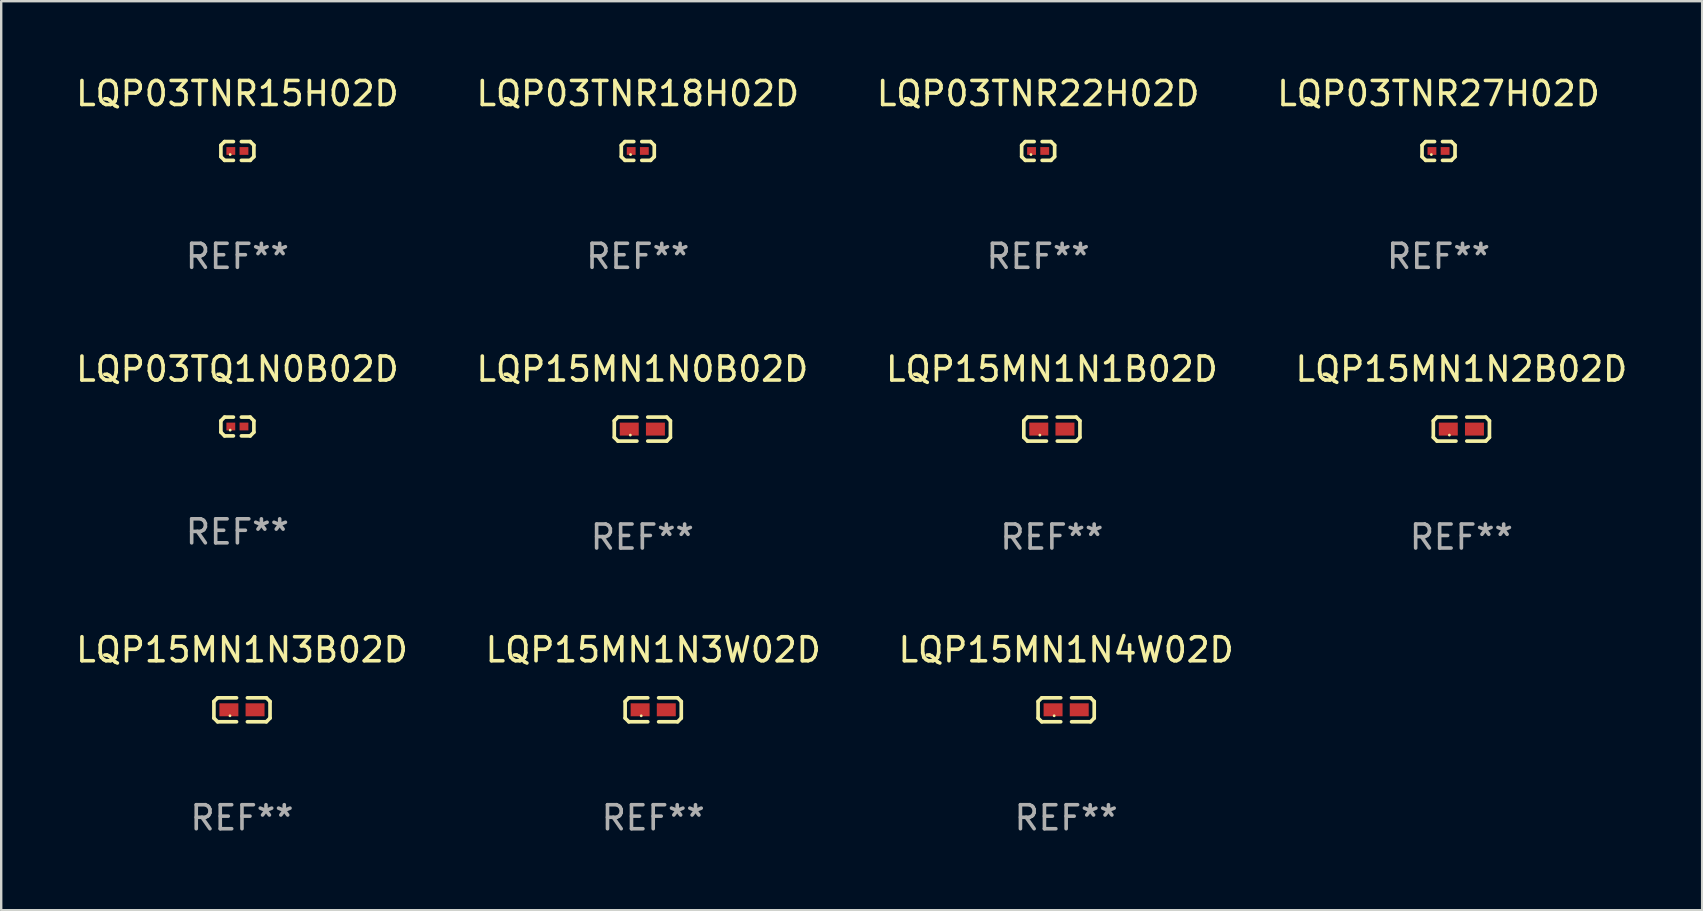
<source format=kicad_pcb>
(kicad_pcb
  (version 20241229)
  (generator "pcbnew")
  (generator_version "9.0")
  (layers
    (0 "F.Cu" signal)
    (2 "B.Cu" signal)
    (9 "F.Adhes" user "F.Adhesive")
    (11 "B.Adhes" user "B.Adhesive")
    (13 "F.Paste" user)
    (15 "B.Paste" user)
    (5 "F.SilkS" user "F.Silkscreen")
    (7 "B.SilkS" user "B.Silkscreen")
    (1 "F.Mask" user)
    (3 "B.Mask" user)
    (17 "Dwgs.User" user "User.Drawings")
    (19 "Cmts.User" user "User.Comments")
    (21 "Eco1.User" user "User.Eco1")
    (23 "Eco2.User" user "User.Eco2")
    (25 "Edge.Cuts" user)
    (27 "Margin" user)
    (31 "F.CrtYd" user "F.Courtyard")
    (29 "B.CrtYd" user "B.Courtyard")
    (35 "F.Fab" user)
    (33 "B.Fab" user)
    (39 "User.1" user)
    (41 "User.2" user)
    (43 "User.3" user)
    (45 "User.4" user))
  (footprint "LQP03TNR22H02D"
    (layer "F.Cu")
    (at 40.196 3.239)
    (property "Reference" "LQP03TNR22H02D" (at 0 -2.391 0) (layer "F.SilkS") (effects (font (size 1 1) (thickness 0.15))))
    (attr through_hole)
    (fp_line (start -0.687 -0.238) (end -0.535 -0.391) (stroke (width 0.152) (type solid)) (layer "F.SilkS"))
    (fp_line (start -0.687 0.238) (end -0.687 -0.238) (stroke (width 0.152) (type solid)) (layer "F.SilkS"))
    (fp_line (start -0.535 -0.391) (end -0.166 -0.391) (stroke (width 0.152) (type solid)) (layer "F.SilkS"))
    (fp_line (start -0.535 0.391) (end -0.687 0.238) (stroke (width 0.152) (type solid)) (layer "F.SilkS"))
    (fp_line (start -0.166 0.391) (end -0.535 0.391) (stroke (width 0.152) (type solid)) (layer "F.SilkS"))
    (fp_line (start 0.166 0.391) (end 0.535 0.391) (stroke (width 0.152) (type solid)) (layer "F.SilkS"))
    (fp_line (start 0.535 -0.391) (end 0.166 -0.391) (stroke (width 0.152) (type solid)) (layer "F.SilkS"))
    (fp_line (start 0.535 0.391) (end 0.687 0.238) (stroke (width 0.152) (type solid)) (layer "F.SilkS"))
    (fp_line (start 0.687 -0.238) (end 0.535 -0.391) (stroke (width 0.152) (type solid)) (layer "F.SilkS"))
    (fp_line (start 0.687 0.238) (end 0.687 -0.238) (stroke (width 0.152) (type solid)) (layer "F.SilkS"))
    (fp_circle (center -0.3 0.15) (end -0.27 0.15) (stroke (width 0.06) (type solid)) (fill no) (layer "F.SilkS"))
    (fp_text user "REF**" (at 0 4.391 0) (layer "F.Fab") (effects (font (size 1 1) (thickness 0.15))))
    (pad "1" smd rect (at -0.274 0) (size 0.368 0.324) (layers "F.Cu" "F.Mask" "F.Paste"))
    (pad "2" smd rect (at 0.274 0) (size 0.368 0.324) (layers "F.Cu" "F.Mask" "F.Paste")))
  (footprint "LQP03TNR18H02D"
    (layer "F.Cu")
    (at 23.518 3.239)
    (property "Reference" "LQP03TNR18H02D" (at 0 -2.391 0) (layer "F.SilkS") (effects (font (size 1 1) (thickness 0.15))))
    (attr through_hole)
    (fp_line (start -0.687 -0.238) (end -0.535 -0.391) (stroke (width 0.152) (type solid)) (layer "F.SilkS"))
    (fp_line (start -0.687 0.238) (end -0.687 -0.238) (stroke (width 0.152) (type solid)) (layer "F.SilkS"))
    (fp_line (start -0.535 -0.391) (end -0.166 -0.391) (stroke (width 0.152) (type solid)) (layer "F.SilkS"))
    (fp_line (start -0.535 0.391) (end -0.687 0.238) (stroke (width 0.152) (type solid)) (layer "F.SilkS"))
    (fp_line (start -0.166 0.391) (end -0.535 0.391) (stroke (width 0.152) (type solid)) (layer "F.SilkS"))
    (fp_line (start 0.166 0.391) (end 0.535 0.391) (stroke (width 0.152) (type solid)) (layer "F.SilkS"))
    (fp_line (start 0.535 -0.391) (end 0.166 -0.391) (stroke (width 0.152) (type solid)) (layer "F.SilkS"))
    (fp_line (start 0.535 0.391) (end 0.687 0.238) (stroke (width 0.152) (type solid)) (layer "F.SilkS"))
    (fp_line (start 0.687 -0.238) (end 0.535 -0.391) (stroke (width 0.152) (type solid)) (layer "F.SilkS"))
    (fp_line (start 0.687 0.238) (end 0.687 -0.238) (stroke (width 0.152) (type solid)) (layer "F.SilkS"))
    (fp_circle (center -0.3 0.15) (end -0.27 0.15) (stroke (width 0.06) (type solid)) (fill no) (layer "F.SilkS"))
    (fp_text user "REF**" (at 0 4.391 0) (layer "F.Fab") (effects (font (size 1 1) (thickness 0.15))))
    (pad "1" smd rect (at -0.274 0) (size 0.368 0.324) (layers "F.Cu" "F.Mask" "F.Paste"))
    (pad "2" smd rect (at 0.274 0) (size 0.368 0.324) (layers "F.Cu" "F.Mask" "F.Paste")))
  (footprint "LQP03TNR15H02D"
    (layer "F.Cu")
    (at 6.839 3.239)
    (property "Reference" "LQP03TNR15H02D" (at 0 -2.391 0) (layer "F.SilkS") (effects (font (size 1 1) (thickness 0.15))))
    (attr through_hole)
    (fp_line (start -0.687 -0.238) (end -0.535 -0.391) (stroke (width 0.152) (type solid)) (layer "F.SilkS"))
    (fp_line (start -0.687 0.238) (end -0.687 -0.238) (stroke (width 0.152) (type solid)) (layer "F.SilkS"))
    (fp_line (start -0.535 -0.391) (end -0.166 -0.391) (stroke (width 0.152) (type solid)) (layer "F.SilkS"))
    (fp_line (start -0.535 0.391) (end -0.687 0.238) (stroke (width 0.152) (type solid)) (layer "F.SilkS"))
    (fp_line (start -0.166 0.391) (end -0.535 0.391) (stroke (width 0.152) (type solid)) (layer "F.SilkS"))
    (fp_line (start 0.166 0.391) (end 0.535 0.391) (stroke (width 0.152) (type solid)) (layer "F.SilkS"))
    (fp_line (start 0.535 -0.391) (end 0.166 -0.391) (stroke (width 0.152) (type solid)) (layer "F.SilkS"))
    (fp_line (start 0.535 0.391) (end 0.687 0.238) (stroke (width 0.152) (type solid)) (layer "F.SilkS"))
    (fp_line (start 0.687 -0.238) (end 0.535 -0.391) (stroke (width 0.152) (type solid)) (layer "F.SilkS"))
    (fp_line (start 0.687 0.238) (end 0.687 -0.238) (stroke (width 0.152) (type solid)) (layer "F.SilkS"))
    (fp_circle (center -0.3 0.15) (end -0.27 0.15) (stroke (width 0.06) (type solid)) (fill no) (layer "F.SilkS"))
    (fp_text user "REF**" (at 0 4.391 0) (layer "F.Fab") (effects (font (size 1 1) (thickness 0.15))))
    (pad "1" smd rect (at -0.274 0) (size 0.368 0.324) (layers "F.Cu" "F.Mask" "F.Paste"))
    (pad "2" smd rect (at 0.274 0) (size 0.368 0.324) (layers "F.Cu" "F.Mask" "F.Paste")))
  (footprint "LQP15MN1N4W02D"
    (layer "F.Cu")
    (at 41.363 26.518)
    (property "Reference" "LQP15MN1N4W02D" (at 0 -2.499 0) (layer "F.SilkS") (effects (font (size 1 1) (thickness 0.15))))
    (attr through_hole)
    (fp_line (start -1.169 -0.346) (end -1.016 -0.499) (stroke (width 0.152) (type solid)) (layer "F.SilkS"))
    (fp_line (start -1.169 0.346) (end -1.169 -0.346) (stroke (width 0.152) (type solid)) (layer "F.SilkS"))
    (fp_line (start -1.016 -0.499) (end -0.226 -0.499) (stroke (width 0.152) (type solid)) (layer "F.SilkS"))
    (fp_line (start -1.016 0.499) (end -1.169 0.346) (stroke (width 0.152) (type solid)) (layer "F.SilkS"))
    (fp_line (start -0.226 0.499) (end -1.016 0.499) (stroke (width 0.152) (type solid)) (layer "F.SilkS"))
    (fp_line (start 0.226 0.499) (end 1.016 0.499) (stroke (width 0.152) (type solid)) (layer "F.SilkS"))
    (fp_line (start 1.016 -0.499) (end 0.226 -0.499) (stroke (width 0.152) (type solid)) (layer "F.SilkS"))
    (fp_line (start 1.016 0.499) (end 1.169 0.346) (stroke (width 0.152) (type solid)) (layer "F.SilkS"))
    (fp_line (start 1.169 -0.346) (end 1.016 -0.499) (stroke (width 0.152) (type solid)) (layer "F.SilkS"))
    (fp_line (start 1.169 0.346) (end 1.169 -0.346) (stroke (width 0.152) (type solid)) (layer "F.SilkS"))
    (fp_circle (center -0.5 0.25) (end -0.47 0.25) (stroke (width 0.06) (type solid)) (fill no) (layer "F.SilkS"))
    (fp_text user "REF**" (at 0 4.499 0) (layer "F.Fab") (effects (font (size 1 1) (thickness 0.15))))
    (pad "1" smd rect (at -0.545 0) (size 0.79 0.54) (layers "F.Cu" "F.Mask" "F.Paste"))
    (pad "2" smd rect (at 0.545 0) (size 0.79 0.54) (layers "F.Cu" "F.Mask" "F.Paste")))
  (footprint "LQP15MN1N2B02D"
    (layer "F.Cu")
    (at 57.827 14.825)
    (property "Reference" "LQP15MN1N2B02D" (at 0 -2.499 0) (layer "F.SilkS") (effects (font (size 1 1) (thickness 0.15))))
    (attr through_hole)
    (fp_line (start -1.169 -0.346) (end -1.016 -0.499) (stroke (width 0.152) (type solid)) (layer "F.SilkS"))
    (fp_line (start -1.169 0.346) (end -1.169 -0.346) (stroke (width 0.152) (type solid)) (layer "F.SilkS"))
    (fp_line (start -1.016 -0.499) (end -0.226 -0.499) (stroke (width 0.152) (type solid)) (layer "F.SilkS"))
    (fp_line (start -1.016 0.499) (end -1.169 0.346) (stroke (width 0.152) (type solid)) (layer "F.SilkS"))
    (fp_line (start -0.226 0.499) (end -1.016 0.499) (stroke (width 0.152) (type solid)) (layer "F.SilkS"))
    (fp_line (start 0.226 0.499) (end 1.016 0.499) (stroke (width 0.152) (type solid)) (layer "F.SilkS"))
    (fp_line (start 1.016 -0.499) (end 0.226 -0.499) (stroke (width 0.152) (type solid)) (layer "F.SilkS"))
    (fp_line (start 1.016 0.499) (end 1.169 0.346) (stroke (width 0.152) (type solid)) (layer "F.SilkS"))
    (fp_line (start 1.169 -0.346) (end 1.016 -0.499) (stroke (width 0.152) (type solid)) (layer "F.SilkS"))
    (fp_line (start 1.169 0.346) (end 1.169 -0.346) (stroke (width 0.152) (type solid)) (layer "F.SilkS"))
    (fp_circle (center -0.5 0.25) (end -0.47 0.25) (stroke (width 0.06) (type solid)) (fill no) (layer "F.SilkS"))
    (fp_text user "REF**" (at 0 4.499 0) (layer "F.Fab") (effects (font (size 1 1) (thickness 0.15))))
    (pad "1" smd rect (at -0.545 0) (size 0.79 0.54) (layers "F.Cu" "F.Mask" "F.Paste"))
    (pad "2" smd rect (at 0.545 0) (size 0.79 0.54) (layers "F.Cu" "F.Mask" "F.Paste")))
  (footprint "LQP15MN1N1B02D"
    (layer "F.Cu")
    (at 40.768 14.825)
    (property "Reference" "LQP15MN1N1B02D" (at 0 -2.499 0) (layer "F.SilkS") (effects (font (size 1 1) (thickness 0.15))))
    (attr through_hole)
    (fp_line (start -1.169 -0.346) (end -1.016 -0.499) (stroke (width 0.152) (type solid)) (layer "F.SilkS"))
    (fp_line (start -1.169 0.346) (end -1.169 -0.346) (stroke (width 0.152) (type solid)) (layer "F.SilkS"))
    (fp_line (start -1.016 -0.499) (end -0.226 -0.499) (stroke (width 0.152) (type solid)) (layer "F.SilkS"))
    (fp_line (start -1.016 0.499) (end -1.169 0.346) (stroke (width 0.152) (type solid)) (layer "F.SilkS"))
    (fp_line (start -0.226 0.499) (end -1.016 0.499) (stroke (width 0.152) (type solid)) (layer "F.SilkS"))
    (fp_line (start 0.226 0.499) (end 1.016 0.499) (stroke (width 0.152) (type solid)) (layer "F.SilkS"))
    (fp_line (start 1.016 -0.499) (end 0.226 -0.499) (stroke (width 0.152) (type solid)) (layer "F.SilkS"))
    (fp_line (start 1.016 0.499) (end 1.169 0.346) (stroke (width 0.152) (type solid)) (layer "F.SilkS"))
    (fp_line (start 1.169 -0.346) (end 1.016 -0.499) (stroke (width 0.152) (type solid)) (layer "F.SilkS"))
    (fp_line (start 1.169 0.346) (end 1.169 -0.346) (stroke (width 0.152) (type solid)) (layer "F.SilkS"))
    (fp_circle (center -0.5 0.25) (end -0.47 0.25) (stroke (width 0.06) (type solid)) (fill no) (layer "F.SilkS"))
    (fp_text user "REF**" (at 0 4.499 0) (layer "F.Fab") (effects (font (size 1 1) (thickness 0.15))))
    (pad "1" smd rect (at -0.545 0) (size 0.79 0.54) (layers "F.Cu" "F.Mask" "F.Paste"))
    (pad "2" smd rect (at 0.545 0) (size 0.79 0.54) (layers "F.Cu" "F.Mask" "F.Paste")))
  (footprint "LQP15MN1N0B02D"
    (layer "F.Cu")
    (at 23.708 14.825)
    (property "Reference" "LQP15MN1N0B02D" (at 0 -2.499 0) (layer "F.SilkS") (effects (font (size 1 1) (thickness 0.15))))
    (attr through_hole)
    (fp_line (start -1.169 -0.346) (end -1.016 -0.499) (stroke (width 0.152) (type solid)) (layer "F.SilkS"))
    (fp_line (start -1.169 0.346) (end -1.169 -0.346) (stroke (width 0.152) (type solid)) (layer "F.SilkS"))
    (fp_line (start -1.016 -0.499) (end -0.226 -0.499) (stroke (width 0.152) (type solid)) (layer "F.SilkS"))
    (fp_line (start -1.016 0.499) (end -1.169 0.346) (stroke (width 0.152) (type solid)) (layer "F.SilkS"))
    (fp_line (start -0.226 0.499) (end -1.016 0.499) (stroke (width 0.152) (type solid)) (layer "F.SilkS"))
    (fp_line (start 0.226 0.499) (end 1.016 0.499) (stroke (width 0.152) (type solid)) (layer "F.SilkS"))
    (fp_line (start 1.016 -0.499) (end 0.226 -0.499) (stroke (width 0.152) (type solid)) (layer "F.SilkS"))
    (fp_line (start 1.016 0.499) (end 1.169 0.346) (stroke (width 0.152) (type solid)) (layer "F.SilkS"))
    (fp_line (start 1.169 -0.346) (end 1.016 -0.499) (stroke (width 0.152) (type solid)) (layer "F.SilkS"))
    (fp_line (start 1.169 0.346) (end 1.169 -0.346) (stroke (width 0.152) (type solid)) (layer "F.SilkS"))
    (fp_circle (center -0.5 0.25) (end -0.47 0.25) (stroke (width 0.06) (type solid)) (fill no) (layer "F.SilkS"))
    (fp_text user "REF**" (at 0 4.499 0) (layer "F.Fab") (effects (font (size 1 1) (thickness 0.15))))
    (pad "1" smd rect (at -0.545 0) (size 0.79 0.54) (layers "F.Cu" "F.Mask" "F.Paste"))
    (pad "2" smd rect (at 0.545 0) (size 0.79 0.54) (layers "F.Cu" "F.Mask" "F.Paste")))
  (footprint "LQP03TQ1N0B02D"
    (layer "F.Cu")
    (at 6.839 14.717)
    (property "Reference" "LQP03TQ1N0B02D" (at 0 -2.391 0) (layer "F.SilkS") (effects (font (size 1 1) (thickness 0.15))))
    (attr through_hole)
    (fp_line (start -0.687 -0.238) (end -0.535 -0.391) (stroke (width 0.152) (type solid)) (layer "F.SilkS"))
    (fp_line (start -0.687 0.238) (end -0.687 -0.238) (stroke (width 0.152) (type solid)) (layer "F.SilkS"))
    (fp_line (start -0.535 -0.391) (end -0.166 -0.391) (stroke (width 0.152) (type solid)) (layer "F.SilkS"))
    (fp_line (start -0.535 0.391) (end -0.687 0.238) (stroke (width 0.152) (type solid)) (layer "F.SilkS"))
    (fp_line (start -0.166 0.391) (end -0.535 0.391) (stroke (width 0.152) (type solid)) (layer "F.SilkS"))
    (fp_line (start 0.166 0.391) (end 0.535 0.391) (stroke (width 0.152) (type solid)) (layer "F.SilkS"))
    (fp_line (start 0.535 -0.391) (end 0.166 -0.391) (stroke (width 0.152) (type solid)) (layer "F.SilkS"))
    (fp_line (start 0.535 0.391) (end 0.687 0.238) (stroke (width 0.152) (type solid)) (layer "F.SilkS"))
    (fp_line (start 0.687 -0.238) (end 0.535 -0.391) (stroke (width 0.152) (type solid)) (layer "F.SilkS"))
    (fp_line (start 0.687 0.238) (end 0.687 -0.238) (stroke (width 0.152) (type solid)) (layer "F.SilkS"))
    (fp_circle (center -0.3 0.15) (end -0.27 0.15) (stroke (width 0.06) (type solid)) (fill no) (layer "F.SilkS"))
    (fp_text user "REF**" (at 0 4.391 0) (layer "F.Fab") (effects (font (size 1 1) (thickness 0.15))))
    (pad "1" smd rect (at -0.274 0) (size 0.368 0.324) (layers "F.Cu" "F.Mask" "F.Paste"))
    (pad "2" smd rect (at 0.274 0) (size 0.368 0.324) (layers "F.Cu" "F.Mask" "F.Paste")))
  (footprint "LQP15MN1N3B02D"
    (layer "F.Cu")
    (at 7.03 26.518)
    (property "Reference" "LQP15MN1N3B02D" (at 0 -2.499 0) (layer "F.SilkS") (effects (font (size 1 1) (thickness 0.15))))
    (attr through_hole)
    (fp_line (start -1.169 -0.346) (end -1.016 -0.499) (stroke (width 0.152) (type solid)) (layer "F.SilkS"))
    (fp_line (start -1.169 0.346) (end -1.169 -0.346) (stroke (width 0.152) (type solid)) (layer "F.SilkS"))
    (fp_line (start -1.016 -0.499) (end -0.226 -0.499) (stroke (width 0.152) (type solid)) (layer "F.SilkS"))
    (fp_line (start -1.016 0.499) (end -1.169 0.346) (stroke (width 0.152) (type solid)) (layer "F.SilkS"))
    (fp_line (start -0.226 0.499) (end -1.016 0.499) (stroke (width 0.152) (type solid)) (layer "F.SilkS"))
    (fp_line (start 0.226 0.499) (end 1.016 0.499) (stroke (width 0.152) (type solid)) (layer "F.SilkS"))
    (fp_line (start 1.016 -0.499) (end 0.226 -0.499) (stroke (width 0.152) (type solid)) (layer "F.SilkS"))
    (fp_line (start 1.016 0.499) (end 1.169 0.346) (stroke (width 0.152) (type solid)) (layer "F.SilkS"))
    (fp_line (start 1.169 -0.346) (end 1.016 -0.499) (stroke (width 0.152) (type solid)) (layer "F.SilkS"))
    (fp_line (start 1.169 0.346) (end 1.169 -0.346) (stroke (width 0.152) (type solid)) (layer "F.SilkS"))
    (fp_circle (center -0.5 0.25) (end -0.47 0.25) (stroke (width 0.06) (type solid)) (fill no) (layer "F.SilkS"))
    (fp_text user "REF**" (at 0 4.499 0) (layer "F.Fab") (effects (font (size 1 1) (thickness 0.15))))
    (pad "1" smd rect (at -0.545 0) (size 0.79 0.54) (layers "F.Cu" "F.Mask" "F.Paste"))
    (pad "2" smd rect (at 0.545 0) (size 0.79 0.54) (layers "F.Cu" "F.Mask" "F.Paste")))
  (footprint "LQP15MN1N3W02D"
    (layer "F.Cu")
    (at 24.161 26.518)
    (property "Reference" "LQP15MN1N3W02D" (at 0 -2.499 0) (layer "F.SilkS") (effects (font (size 1 1) (thickness 0.15))))
    (attr through_hole)
    (fp_line (start -1.169 -0.346) (end -1.016 -0.499) (stroke (width 0.152) (type solid)) (layer "F.SilkS"))
    (fp_line (start -1.169 0.346) (end -1.169 -0.346) (stroke (width 0.152) (type solid)) (layer "F.SilkS"))
    (fp_line (start -1.016 -0.499) (end -0.226 -0.499) (stroke (width 0.152) (type solid)) (layer "F.SilkS"))
    (fp_line (start -1.016 0.499) (end -1.169 0.346) (stroke (width 0.152) (type solid)) (layer "F.SilkS"))
    (fp_line (start -0.226 0.499) (end -1.016 0.499) (stroke (width 0.152) (type solid)) (layer "F.SilkS"))
    (fp_line (start 0.226 0.499) (end 1.016 0.499) (stroke (width 0.152) (type solid)) (layer "F.SilkS"))
    (fp_line (start 1.016 -0.499) (end 0.226 -0.499) (stroke (width 0.152) (type solid)) (layer "F.SilkS"))
    (fp_line (start 1.016 0.499) (end 1.169 0.346) (stroke (width 0.152) (type solid)) (layer "F.SilkS"))
    (fp_line (start 1.169 -0.346) (end 1.016 -0.499) (stroke (width 0.152) (type solid)) (layer "F.SilkS"))
    (fp_line (start 1.169 0.346) (end 1.169 -0.346) (stroke (width 0.152) (type solid)) (layer "F.SilkS"))
    (fp_circle (center -0.5 0.25) (end -0.47 0.25) (stroke (width 0.06) (type solid)) (fill no) (layer "F.SilkS"))
    (fp_text user "REF**" (at 0 4.499 0) (layer "F.Fab") (effects (font (size 1 1) (thickness 0.15))))
    (pad "1" smd rect (at -0.545 0) (size 0.79 0.54) (layers "F.Cu" "F.Mask" "F.Paste"))
    (pad "2" smd rect (at 0.545 0) (size 0.79 0.54) (layers "F.Cu" "F.Mask" "F.Paste")))
  (footprint "LQP03TNR27H02D"
    (layer "F.Cu")
    (at 56.875 3.239)
    (property "Reference" "LQP03TNR27H02D" (at 0 -2.391 0) (layer "F.SilkS") (effects (font (size 1 1) (thickness 0.15))))
    (attr through_hole)
    (fp_line (start -0.687 -0.238) (end -0.535 -0.391) (stroke (width 0.152) (type solid)) (layer "F.SilkS"))
    (fp_line (start -0.687 0.238) (end -0.687 -0.238) (stroke (width 0.152) (type solid)) (layer "F.SilkS"))
    (fp_line (start -0.535 -0.391) (end -0.166 -0.391) (stroke (width 0.152) (type solid)) (layer "F.SilkS"))
    (fp_line (start -0.535 0.391) (end -0.687 0.238) (stroke (width 0.152) (type solid)) (layer "F.SilkS"))
    (fp_line (start -0.166 0.391) (end -0.535 0.391) (stroke (width 0.152) (type solid)) (layer "F.SilkS"))
    (fp_line (start 0.166 0.391) (end 0.535 0.391) (stroke (width 0.152) (type solid)) (layer "F.SilkS"))
    (fp_line (start 0.535 -0.391) (end 0.166 -0.391) (stroke (width 0.152) (type solid)) (layer "F.SilkS"))
    (fp_line (start 0.535 0.391) (end 0.687 0.238) (stroke (width 0.152) (type solid)) (layer "F.SilkS"))
    (fp_line (start 0.687 -0.238) (end 0.535 -0.391) (stroke (width 0.152) (type solid)) (layer "F.SilkS"))
    (fp_line (start 0.687 0.238) (end 0.687 -0.238) (stroke (width 0.152) (type solid)) (layer "F.SilkS"))
    (fp_circle (center -0.3 0.15) (end -0.27 0.15) (stroke (width 0.06) (type solid)) (fill no) (layer "F.SilkS"))
    (fp_text user "REF**" (at 0 4.391 0) (layer "F.Fab") (effects (font (size 1 1) (thickness 0.15))))
    (pad "1" smd rect (at -0.274 0) (size 0.368 0.324) (layers "F.Cu" "F.Mask" "F.Paste"))
    (pad "2" smd rect (at 0.274 0) (size 0.368 0.324) (layers "F.Cu" "F.Mask" "F.Paste")))
  (gr_rect
    (start -3 -3)
    (end 67.857 34.865)
    (stroke (width 0.1) (type default))
    (fill no)
    (layer "Edge.Cuts")))
</source>
